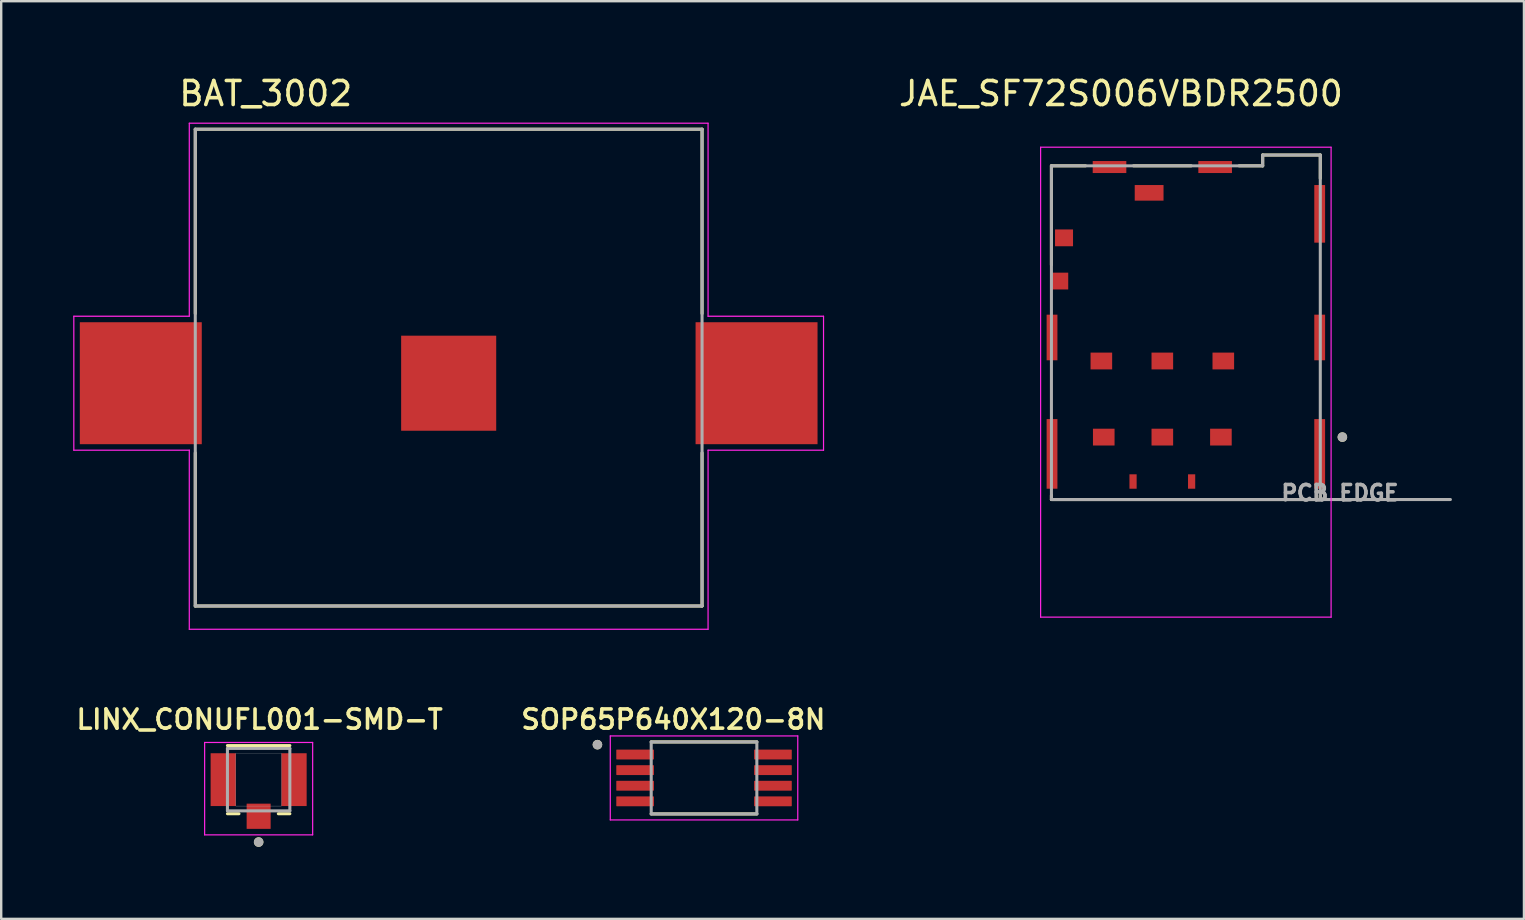
<source format=kicad_pcb>
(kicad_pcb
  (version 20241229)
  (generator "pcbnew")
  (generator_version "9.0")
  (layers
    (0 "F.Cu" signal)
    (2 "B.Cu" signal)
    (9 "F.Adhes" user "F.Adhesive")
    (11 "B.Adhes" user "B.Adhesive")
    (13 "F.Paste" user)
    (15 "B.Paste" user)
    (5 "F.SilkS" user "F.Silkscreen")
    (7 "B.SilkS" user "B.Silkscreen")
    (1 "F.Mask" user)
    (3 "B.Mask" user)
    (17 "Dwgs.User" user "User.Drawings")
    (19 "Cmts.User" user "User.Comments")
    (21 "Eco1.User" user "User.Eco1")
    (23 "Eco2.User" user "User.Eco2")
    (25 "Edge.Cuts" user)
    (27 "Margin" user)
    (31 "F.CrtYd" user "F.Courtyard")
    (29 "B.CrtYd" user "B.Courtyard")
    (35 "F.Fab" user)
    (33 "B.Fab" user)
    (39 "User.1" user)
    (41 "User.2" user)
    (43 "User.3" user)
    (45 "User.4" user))
  (footprint "BAT_3002"
    (layer "F.Cu")
    (at 15.64 12.913)
    (property "Reference" "BAT_3002" (at -7.62 -12.065 0) (layer "F.SilkS") (effects (font (size 1 1) (thickness 0.15))))
    (attr smd)
    (fp_line (start -10.555 -10.58) (end 10.555 -10.58) (stroke (width 0.127) (type solid)) (layer "F.SilkS"))
    (fp_line (start -10.555 -2.9) (end -10.555 -10.58) (stroke (width 0.127) (type solid)) (layer "F.SilkS"))
    (fp_line (start -10.555 9.28) (end -10.555 2.9) (stroke (width 0.127) (type solid)) (layer "F.SilkS"))
    (fp_line (start 10.555 -10.58) (end 10.555 -2.9) (stroke (width 0.127) (type solid)) (layer "F.SilkS"))
    (fp_line (start 10.555 9.28) (end -10.555 9.28) (stroke (width 0.127) (type solid)) (layer "F.SilkS"))
    (fp_line (start 10.555 9.28) (end 10.555 2.9) (stroke (width 0.127) (type solid)) (layer "F.SilkS"))
    (fp_line (start -15.615 -2.79) (end -15.615 2.79) (stroke (width 0.05) (type solid)) (layer "F.CrtYd"))
    (fp_line (start -15.615 2.79) (end -10.805 2.79) (stroke (width 0.05) (type solid)) (layer "F.CrtYd"))
    (fp_line (start -10.805 -10.83) (end -10.805 -2.79) (stroke (width 0.05) (type solid)) (layer "F.CrtYd"))
    (fp_line (start -10.805 -2.79) (end -15.615 -2.79) (stroke (width 0.05) (type solid)) (layer "F.CrtYd"))
    (fp_line (start -10.805 2.79) (end -10.805 10.25) (stroke (width 0.05) (type solid)) (layer "F.CrtYd"))
    (fp_line (start -10.805 10.25) (end 10.805 10.25) (stroke (width 0.05) (type solid)) (layer "F.CrtYd"))
    (fp_line (start 10.805 -10.83) (end -10.805 -10.83) (stroke (width 0.05) (type solid)) (layer "F.CrtYd"))
    (fp_line (start 10.805 -2.79) (end 10.805 -10.83) (stroke (width 0.05) (type solid)) (layer "F.CrtYd"))
    (fp_line (start 10.805 -2.79) (end 15.615 -2.79) (stroke (width 0.05) (type solid)) (layer "F.CrtYd"))
    (fp_line (start 10.805 10.25) (end 10.805 2.79) (stroke (width 0.05) (type solid)) (layer "F.CrtYd"))
    (fp_line (start 15.615 -2.79) (end 15.615 2.79) (stroke (width 0.05) (type solid)) (layer "F.CrtYd"))
    (fp_line (start 15.615 2.79) (end 10.805 2.79) (stroke (width 0.05) (type solid)) (layer "F.CrtYd"))
    (fp_line (start -10.555 -10.58) (end 10.555 -10.58) (stroke (width 0.127) (type solid)) (layer "F.Fab"))
    (fp_line (start -10.555 9.28) (end -10.555 -10.58) (stroke (width 0.127) (type solid)) (layer "F.Fab"))
    (fp_line (start 10.555 -10.58) (end 10.555 9.28) (stroke (width 0.127) (type solid)) (layer "F.Fab"))
    (fp_line (start 10.555 9.28) (end -10.555 9.28) (stroke (width 0.127) (type solid)) (layer "F.Fab"))
    (pad "N" smd rect (at 0 0) (size 3.96 3.96) (layers "F.Cu" "F.Mask"))
    (pad "P1" smd rect (at -12.825 0) (size 5.08 5.08) (layers "F.Cu" "F.Mask" "F.Paste"))
    (pad "P2" smd rect (at 12.825 0) (size 5.08 5.08) (layers "F.Cu" "F.Mask" "F.Paste")))
  (footprint "SOP65P640X120-8N"
    (layer "F.Cu")
    (at 26.277 29.355)
    (property "Reference" "SOP65P640X120-8N" (at -1.28 -2.435 0) (layer "F.SilkS") (effects (font (size 0.8 0.8) (thickness 0.15))))
    (attr smd)
    (fp_line (start -2.2 -1.5) (end 2.2 -1.5) (stroke (width 0.127) (type solid)) (layer "F.SilkS"))
    (fp_line (start -2.2 1.5) (end 2.2 1.5) (stroke (width 0.127) (type solid)) (layer "F.SilkS"))
    (fp_circle (center -4.44 -1.385) (end -4.34 -1.385) (stroke (width 0.2) (type solid)) (fill no) (layer "F.SilkS"))
    (fp_line (start -3.905 -1.75) (end -3.905 1.75) (stroke (width 0.05) (type solid)) (layer "F.CrtYd"))
    (fp_line (start -3.905 -1.75) (end 3.905 -1.75) (stroke (width 0.05) (type solid)) (layer "F.CrtYd"))
    (fp_line (start -3.905 1.75) (end 3.905 1.75) (stroke (width 0.05) (type solid)) (layer "F.CrtYd"))
    (fp_line (start 3.905 -1.75) (end 3.905 1.75) (stroke (width 0.05) (type solid)) (layer "F.CrtYd"))
    (fp_line (start -2.2 -1.5) (end -2.2 1.5) (stroke (width 0.127) (type solid)) (layer "F.Fab"))
    (fp_line (start -2.2 -1.5) (end 2.2 -1.5) (stroke (width 0.127) (type solid)) (layer "F.Fab"))
    (fp_line (start -2.2 1.5) (end 2.2 1.5) (stroke (width 0.127) (type solid)) (layer "F.Fab"))
    (fp_line (start 2.2 -1.5) (end 2.2 1.5) (stroke (width 0.127) (type solid)) (layer "F.Fab"))
    (fp_circle (center -4.44 -1.385) (end -4.34 -1.385) (stroke (width 0.2) (type solid)) (fill no) (layer "F.Fab"))
    (pad "1" smd roundrect (at -2.87 -0.975) (size 1.57 0.41) (layers "F.Cu" "F.Mask" "F.Paste") (roundrect_rratio 0.05))
    (pad "2" smd roundrect (at -2.87 -0.325) (size 1.57 0.41) (layers "F.Cu" "F.Mask" "F.Paste") (roundrect_rratio 0.05))
    (pad "3" smd roundrect (at -2.87 0.325) (size 1.57 0.41) (layers "F.Cu" "F.Mask" "F.Paste") (roundrect_rratio 0.05))
    (pad "4" smd roundrect (at -2.87 0.975) (size 1.57 0.41) (layers "F.Cu" "F.Mask" "F.Paste") (roundrect_rratio 0.05))
    (pad "5" smd roundrect (at 2.87 0.975) (size 1.57 0.41) (layers "F.Cu" "F.Mask" "F.Paste") (roundrect_rratio 0.05))
    (pad "6" smd roundrect (at 2.87 0.325) (size 1.57 0.41) (layers "F.Cu" "F.Mask" "F.Paste") (roundrect_rratio 0.05))
    (pad "7" smd roundrect (at 2.87 -0.325) (size 1.57 0.41) (layers "F.Cu" "F.Mask" "F.Paste") (roundrect_rratio 0.05))
    (pad "8" smd roundrect (at 2.87 -0.975) (size 1.57 0.41) (layers "F.Cu" "F.Mask" "F.Paste") (roundrect_rratio 0.05)))
  (footprint "JAE_SF72S006VBDR2500"
    (layer "F.Cu")
    (at 45.368 10.583)
    (property "Reference" "JAE_SF72S006VBDR2500" (at -1.725 -9.735 0) (layer "F.SilkS") (effects (font (size 1 1) (thickness 0.15))))
    (attr smd)
    (fp_line (start -4.62 -6.725) (end -3.2 -6.725) (stroke (width 0.127) (type solid)) (layer "F.SilkS"))
    (fp_line (start -4.62 -2.6) (end -4.62 -6.725) (stroke (width 0.127) (type solid)) (layer "F.SilkS"))
    (fp_line (start -4.62 7) (end -4.62 7.175) (stroke (width 0.127) (type solid)) (layer "F.SilkS"))
    (fp_line (start -4.62 7.175) (end 6.58 7.175) (stroke (width 0.127) (type solid)) (layer "F.SilkS"))
    (fp_line (start -1.2 -6.725) (end 1.2 -6.725) (stroke (width 0.127) (type solid)) (layer "F.SilkS"))
    (fp_line (start 3.2 -6.725) (end 4.18 -6.725) (stroke (width 0.127) (type solid)) (layer "F.SilkS"))
    (fp_line (start 4.18 -7.175) (end 6.58 -7.175) (stroke (width 0.127) (type solid)) (layer "F.SilkS"))
    (fp_line (start 4.18 -6.725) (end 4.18 -7.175) (stroke (width 0.127) (type solid)) (layer "F.SilkS"))
    (fp_line (start 6.58 -7.175) (end 6.58 -6.2) (stroke (width 0.127) (type solid)) (layer "F.SilkS"))
    (fp_line (start 6.58 7.175) (end 6.58 7) (stroke (width 0.127) (type solid)) (layer "F.SilkS"))
    (fp_circle (center 7.5 4.575) (end 7.6 4.575) (stroke (width 0.2) (type solid)) (fill no) (layer "F.SilkS"))
    (fp_line (start -5.07 -7.5) (end 7.03 -7.5) (stroke (width 0.05) (type solid)) (layer "F.CrtYd"))
    (fp_line (start -5.07 12.075) (end -5.07 -7.5) (stroke (width 0.05) (type solid)) (layer "F.CrtYd"))
    (fp_line (start 7.03 -7.5) (end 7.03 12.075) (stroke (width 0.05) (type solid)) (layer "F.CrtYd"))
    (fp_line (start 7.03 12.075) (end -5.07 12.075) (stroke (width 0.05) (type solid)) (layer "F.CrtYd"))
    (fp_line (start -4.62 -6.725) (end -4.62 7.175) (stroke (width 0.127) (type solid)) (layer "F.Fab"))
    (fp_line (start -4.62 7.175) (end 6.58 7.175) (stroke (width 0.127) (type solid)) (layer "F.Fab"))
    (fp_line (start 4.18 -7.175) (end 4.18 -6.725) (stroke (width 0.127) (type solid)) (layer "F.Fab"))
    (fp_line (start 4.18 -6.725) (end -4.62 -6.725) (stroke (width 0.127) (type solid)) (layer "F.Fab"))
    (fp_line (start 6.58 -7.175) (end 4.18 -7.175) (stroke (width 0.127) (type solid)) (layer "F.Fab"))
    (fp_line (start 6.58 7.175) (end 6.58 -7.175) (stroke (width 0.127) (type solid)) (layer "F.Fab"))
    (fp_line (start 6.58 7.175) (end 12 7.175) (stroke (width 0.127) (type solid)) (layer "F.Fab"))
    (fp_circle (center 7.5 4.575) (end 7.6 4.575) (stroke (width 0.2) (type solid)) (fill no) (layer "F.Fab"))
    (fp_text user "PCB EDGE" (at 7.4 6.9 0) (layer "F.Fab") (effects (font (size 0.64 0.64) (thickness 0.15))))
    (pad "C1" smd rect (at 2.44 4.575) (size 0.9 0.7) (layers "F.Cu" "F.Mask" "F.Paste"))
    (pad "C2" smd rect (at 0 4.575) (size 0.9 0.7) (layers "F.Cu" "F.Mask" "F.Paste"))
    (pad "C3" smd rect (at -2.44 4.575) (size 0.9 0.7) (layers "F.Cu" "F.Mask" "F.Paste"))
    (pad "C5" smd rect (at 2.54 1.405) (size 0.9 0.7) (layers "F.Cu" "F.Mask" "F.Paste"))
    (pad "C6" smd rect (at 0 1.405) (size 0.9 0.7) (layers "F.Cu" "F.Mask" "F.Paste"))
    (pad "C7" smd rect (at -2.54 1.405) (size 0.9 0.7) (layers "F.Cu" "F.Mask" "F.Paste"))
    (pad "CSW" smd rect (at -4.27 -1.925) (size 0.7 0.7) (layers "F.Cu" "F.Mask" "F.Paste"))
    (pad "DSW" smd rect (at -0.55 -5.6) (size 1.2 0.65) (layers "F.Cu" "F.Mask" "F.Paste"))
    (pad "G1" smd rect (at -4.595 5.275) (size 0.45 2.9) (layers "F.Cu" "F.Mask" "F.Paste"))
    (pad "G2" smd rect (at -4.595 0.425) (size 0.45 1.9) (layers "F.Cu" "F.Mask" "F.Paste"))
    (pad "G3" smd rect (at -4.095 -3.725) (size 0.75 0.7) (layers "F.Cu" "F.Mask" "F.Paste"))
    (pad "G4" smd rect (at -2.2 -6.675) (size 1.4 0.5) (layers "F.Cu" "F.Mask" "F.Paste"))
    (pad "G5" smd rect (at 2.2 -6.675) (size 1.4 0.5) (layers "F.Cu" "F.Mask" "F.Paste"))
    (pad "G6" smd rect (at 6.555 -4.725) (size 0.45 2.4) (layers "F.Cu" "F.Mask" "F.Paste"))
    (pad "G7" smd rect (at 6.555 0.425) (size 0.45 1.9) (layers "F.Cu" "F.Mask" "F.Paste"))
    (pad "G8" smd rect (at 6.555 5.275) (size 0.45 2.9) (layers "F.Cu" "F.Mask" "F.Paste"))
    (pad "G9" smd rect (at 1.22 6.425) (size 0.3 0.6) (layers "F.Cu" "F.Mask" "F.Paste"))
    (pad "G10" smd rect (at -1.22 6.425) (size 0.3 0.6) (layers "F.Cu" "F.Mask" "F.Paste"))
    (zone (net_name "") (layer "F.Cu") (hatch full 0.508) (connect_pads) (min_thickness 0.01) (filled_areas_thickness no) (keepout (tracks not_allowed) (vias not_allowed) (pads not_allowed) (copperpour not_allowed) (footprints allowed)) (placement (enabled no)) (fill) (polygon (pts (xy 43.568 4.708) (xy 43.668 4.708) (xy 43.668 7.408) (xy 48.218 7.408) (xy 48.218 4.708) (xy 48.468 4.708) (xy 48.468 7.908) (xy 43.568 7.908))))
    (zone (net_name "") (layer "F.Cu") (hatch full 0.508) (connect_pads) (min_thickness 0.01) (filled_areas_thickness no) (keepout (tracks not_allowed) (vias not_allowed) (pads not_allowed) (copperpour not_allowed) (footprints allowed)) (placement (enabled no)) (fill) (polygon (pts (xy 41.868 17.758) (xy 41.868 8.258) (xy 48.868 8.258) (xy 48.868 12.338) (xy 48.358 12.338) (xy 48.358 10.458) (xy 48.058 9.158) (xy 47.758 9.158) (xy 47.458 10.458) (xy 47.458 12.338) (xy 45.818 12.338) (xy 45.818 10.458) (xy 45.518 9.158) (xy 45.218 9.158) (xy 44.918 10.458) (xy 44.918 12.338) (xy 43.278 12.338) (xy 43.278 10.458) (xy 42.978 9.158) (xy 42.678 9.158) (xy 42.378 10.458) (xy 42.378 12.338) (xy 48.868 12.338) (xy 48.868 13.558) (xy 46.688 13.558) (xy 46.688 13.508) (xy 46.938 13.508) (xy 46.938 12.808) (xy 46.238 12.808) (xy 46.238 13.508) (xy 46.488 13.508) (xy 46.488 13.558) (xy 44.248 13.558) (xy 44.248 13.508) (xy 44.498 13.508) (xy 44.498 12.808) (xy 43.798 12.808) (xy 43.798 13.508) (xy 44.048 13.508) (xy 44.048 13.558) (xy 42.203 13.558) (xy 42.203 16.808) (xy 43.653 16.808) (xy 43.653 13.558) (xy 44.048 13.558) (xy 44.048 16.723) (xy 43.988 16.723) (xy 43.988 16.743) (xy 43.988 17.313) (xy 44.048 17.313) (xy 44.248 17.313) (xy 44.308 17.313) (xy 44.308 16.723) (xy 44.308 16.703) (xy 44.248 16.703) (xy 44.248 13.558) (xy 44.643 13.558) (xy 44.643 16.808) (xy 46.093 16.808) (xy 46.093 13.558) (xy 46.488 13.558) (xy 46.488 16.703) (xy 46.428 16.703) (xy 46.428 17.313) (xy 46.488 17.313) (xy 46.688 17.313) (xy 46.748 17.313) (xy 46.748 16.703) (xy 46.688 16.703) (xy 46.688 13.558) (xy 47.083 13.558) (xy 47.083 16.808) (xy 48.533 16.808) (xy 48.533 13.558) (xy 48.868 13.558) (xy 48.868 17.758))))
    (zone (net_name "") (layers "F.Cu" "B.Cu") (hatch full 0.508) (connect_pads) (min_thickness 0.01) (filled_areas_thickness no) (keepout (tracks allowed) (vias not_allowed) (pads allowed) (copperpour allowed) (footprints allowed)) (placement (enabled no)) (fill) (polygon (pts (xy 43.568 4.708) (xy 43.668 4.708) (xy 43.668 7.408) (xy 48.218 7.408) (xy 48.218 4.708) (xy 48.468 4.708) (xy 48.468 7.908) (xy 43.568 7.908))))
    (zone (net_name "") (layers "F.Cu" "B.Cu") (hatch full 0.508) (connect_pads) (min_thickness 0.01) (filled_areas_thickness no) (keepout (tracks allowed) (vias not_allowed) (pads allowed) (copperpour allowed) (footprints allowed)) (placement (enabled no)) (fill) (polygon (pts (xy 41.868 17.758) (xy 41.868 8.258) (xy 48.868 8.258) (xy 48.868 12.338) (xy 48.358 12.338) (xy 48.358 10.458) (xy 48.058 9.158) (xy 47.758 9.158) (xy 47.458 10.458) (xy 47.458 12.338) (xy 45.818 12.338) (xy 45.818 10.458) (xy 45.518 9.158) (xy 45.218 9.158) (xy 44.918 10.458) (xy 44.918 12.338) (xy 43.278 12.338) (xy 43.278 10.458) (xy 42.978 9.158) (xy 42.678 9.158) (xy 42.378 10.458) (xy 42.378 12.338) (xy 48.868 12.338) (xy 48.868 13.558) (xy 46.688 13.558) (xy 46.688 13.508) (xy 46.938 13.508) (xy 46.938 12.808) (xy 46.238 12.808) (xy 46.238 13.508) (xy 46.488 13.508) (xy 46.488 13.558) (xy 44.248 13.558) (xy 44.248 13.508) (xy 44.498 13.508) (xy 44.498 12.808) (xy 43.798 12.808) (xy 43.798 13.508) (xy 44.048 13.508) (xy 44.048 13.558) (xy 42.203 13.558) (xy 42.203 16.808) (xy 43.653 16.808) (xy 43.653 13.558) (xy 44.048 13.558) (xy 44.048 16.703) (xy 43.988 16.703) (xy 43.988 17.313) (xy 44.048 17.313) (xy 44.248 17.313) (xy 44.308 17.313) (xy 44.308 16.703) (xy 44.248 16.703) (xy 44.248 13.558) (xy 44.643 13.558) (xy 44.643 16.808) (xy 46.093 16.808) (xy 46.093 13.558) (xy 46.488 13.558) (xy 46.488 16.703) (xy 46.428 16.703) (xy 46.428 17.313) (xy 46.488 17.313) (xy 46.688 17.313) (xy 46.748 17.313) (xy 46.748 16.703) (xy 46.688 16.703) (xy 46.688 13.558) (xy 47.083 13.558) (xy 47.083 16.808) (xy 48.533 16.808) (xy 48.533 13.558) (xy 48.868 13.558) (xy 48.868 17.758)))))
  (footprint "LINX_CONUFL001-SMD-T"
    (layer "F.Cu")
    (at 7.724 29.427)
    (property "Reference" "LINX_CONUFL001-SMD-T" (at 0.04 -2.508 0) (layer "F.SilkS") (effects (font (size 0.8 0.8) (thickness 0.15))))
    (attr smd)
    (fp_line (start -1.3 -1.42) (end 1.3 -1.42) (stroke (width 0.127) (type solid)) (layer "F.SilkS"))
    (fp_line (start -0.82 1.42) (end -1.3 1.42) (stroke (width 0.127) (type solid)) (layer "F.SilkS"))
    (fp_line (start 0.82 1.42) (end 1.3 1.42) (stroke (width 0.127) (type solid)) (layer "F.SilkS"))
    (fp_circle (center 0 2.6) (end 0.1 2.6) (stroke (width 0.2) (type solid)) (fill no) (layer "F.SilkS"))
    (fp_line (start -2.25 -1.55) (end 2.25 -1.55) (stroke (width 0.05) (type solid)) (layer "F.CrtYd"))
    (fp_line (start -2.25 2.3) (end -2.25 -1.55) (stroke (width 0.05) (type solid)) (layer "F.CrtYd"))
    (fp_line (start 2.25 -1.55) (end 2.25 2.3) (stroke (width 0.05) (type solid)) (layer "F.CrtYd"))
    (fp_line (start 2.25 2.3) (end -2.25 2.3) (stroke (width 0.05) (type solid)) (layer "F.CrtYd"))
    (fp_line (start -1.3 -1.3) (end 1.3 -1.3) (stroke (width 0.127) (type solid)) (layer "F.Fab"))
    (fp_line (start -1.3 1.3) (end -1.3 -1.3) (stroke (width 0.127) (type solid)) (layer "F.Fab"))
    (fp_line (start 1.3 -1.3) (end 1.3 1.3) (stroke (width 0.127) (type solid)) (layer "F.Fab"))
    (fp_line (start 1.3 1.3) (end -1.3 1.3) (stroke (width 0.127) (type solid)) (layer "F.Fab"))
    (fp_circle (center 0 2.6) (end 0.1 2.6) (stroke (width 0.2) (type solid)) (fill no) (layer "F.Fab"))
    (fp_poly (pts (xy -0.95 -1.1) (xy 0.95 -1.1) (xy 0.95 1.1) (xy -0.95 1.1)) (stroke (width 0.01) (type solid)) (fill no) (layer "F.Fab"))
    (pad "1" smd rect (at 0 1.525) (size 1 1.05) (layers "F.Cu" "F.Mask" "F.Paste"))
    (pad "2" smd rect (at -1.475 0) (size 1.05 2.2) (layers "F.Cu" "F.Mask" "F.Paste"))
    (pad "3" smd rect (at 1.475 0) (size 1.05 2.2) (layers "F.Cu" "F.Mask" "F.Paste")))
  (gr_rect
    (start -3 -3)
    (end 60.432 35.227)
    (stroke (width 0.1) (type default))
    (fill no)
    (layer "Edge.Cuts")))
</source>
